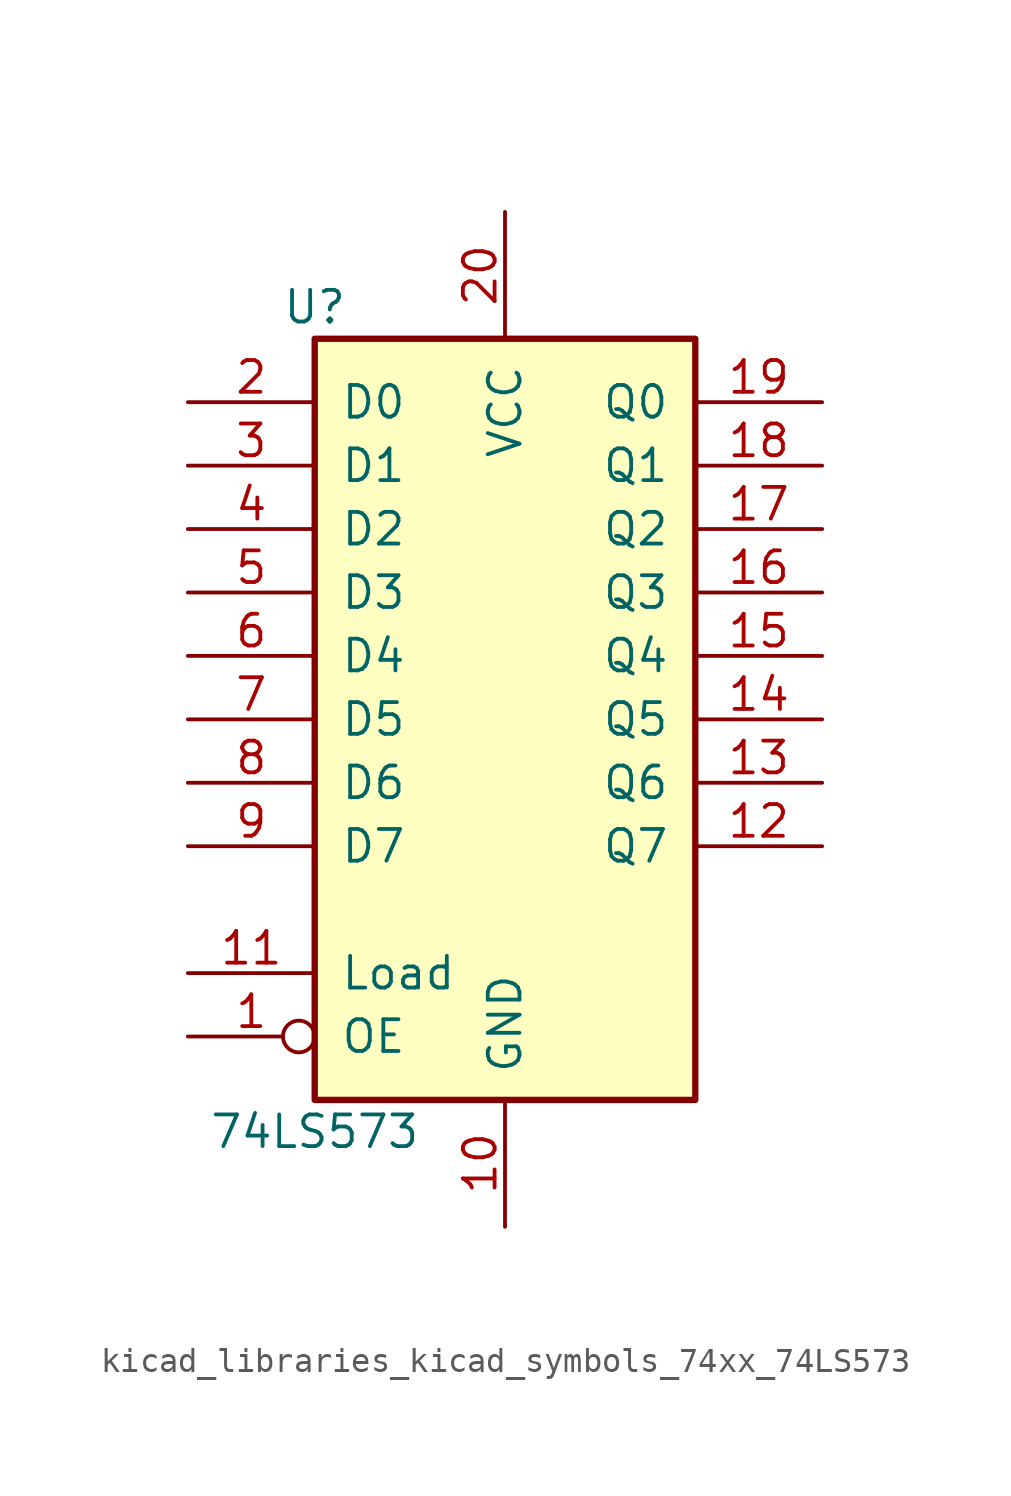
<source format=kicad_sym>
(kicad_symbol_lib
  (version 20220914)
  (generator kicad_symbol_editor)
  (symbol "kicad_libraries_kicad_symbols_74xx_74LS573"
    (pin_names
      (offset 1.016))
    (property "Reference" "U"
      (at -7.62 16.51 0)
      (effects (font (size 1.27 1.27))))
    (property "Value" "74LS573"
      (at -7.62 -16.51 0)
      (effects (font (size 1.27 1.27))))
    (property "ki_locked" ""
      (at 0 0 0)
      (effects (font (size 1.27 1.27))))
    (symbol "kicad_libraries_kicad_symbols_74xx_74LS573_1_0"
      (pin input inverted (at -12.7 -12.7 0) (length 5.08) (name "OE" (effects (font (size 1.27 1.27)))) (number "1" (effects (font (size 1.27 1.27)))))
      (pin power_in line (at 0 -20.32 90) (length 5.08) (name "GND" (effects (font (size 1.27 1.27)))) (number "10" (effects (font (size 1.27 1.27)))))
      (pin input line (at -12.7 -10.16 0) (length 5.08) (name "Load" (effects (font (size 1.27 1.27)))) (number "11" (effects (font (size 1.27 1.27)))))
      (pin tri_state line (at 12.7 -5.08 180) (length 5.08) (name "Q7" (effects (font (size 1.27 1.27)))) (number "12" (effects (font (size 1.27 1.27)))))
      (pin tri_state line (at 12.7 -2.54 180) (length 5.08) (name "Q6" (effects (font (size 1.27 1.27)))) (number "13" (effects (font (size 1.27 1.27)))))
      (pin tri_state line (at 12.7 0 180) (length 5.08) (name "Q5" (effects (font (size 1.27 1.27)))) (number "14" (effects (font (size 1.27 1.27)))))
      (pin tri_state line (at 12.7 2.54 180) (length 5.08) (name "Q4" (effects (font (size 1.27 1.27)))) (number "15" (effects (font (size 1.27 1.27)))))
      (pin tri_state line (at 12.7 5.08 180) (length 5.08) (name "Q3" (effects (font (size 1.27 1.27)))) (number "16" (effects (font (size 1.27 1.27)))))
      (pin tri_state line (at 12.7 7.62 180) (length 5.08) (name "Q2" (effects (font (size 1.27 1.27)))) (number "17" (effects (font (size 1.27 1.27)))))
      (pin tri_state line (at 12.7 10.16 180) (length 5.08) (name "Q1" (effects (font (size 1.27 1.27)))) (number "18" (effects (font (size 1.27 1.27)))))
      (pin tri_state line (at 12.7 12.7 180) (length 5.08) (name "Q0" (effects (font (size 1.27 1.27)))) (number "19" (effects (font (size 1.27 1.27)))))
      (pin input line (at -12.7 12.7 0) (length 5.08) (name "D0" (effects (font (size 1.27 1.27)))) (number "2" (effects (font (size 1.27 1.27)))))
      (pin power_in line (at 0 20.32 270) (length 5.08) (name "VCC" (effects (font (size 1.27 1.27)))) (number "20" (effects (font (size 1.27 1.27)))))
      (pin input line (at -12.7 10.16 0) (length 5.08) (name "D1" (effects (font (size 1.27 1.27)))) (number "3" (effects (font (size 1.27 1.27)))))
      (pin input line (at -12.7 7.62 0) (length 5.08) (name "D2" (effects (font (size 1.27 1.27)))) (number "4" (effects (font (size 1.27 1.27)))))
      (pin input line (at -12.7 5.08 0) (length 5.08) (name "D3" (effects (font (size 1.27 1.27)))) (number "5" (effects (font (size 1.27 1.27)))))
      (pin input line (at -12.7 2.54 0) (length 5.08) (name "D4" (effects (font (size 1.27 1.27)))) (number "6" (effects (font (size 1.27 1.27)))))
      (pin input line (at -12.7 0 0) (length 5.08) (name "D5" (effects (font (size 1.27 1.27)))) (number "7" (effects (font (size 1.27 1.27)))))
      (pin input line (at -12.7 -2.54 0) (length 5.08) (name "D6" (effects (font (size 1.27 1.27)))) (number "8" (effects (font (size 1.27 1.27)))))
      (pin input line (at -12.7 -5.08 0) (length 5.08) (name "D7" (effects (font (size 1.27 1.27)))) (number "9" (effects (font (size 1.27 1.27))))))
    (symbol "kicad_libraries_kicad_symbols_74xx_74LS573_1_1"
      (rectangle (start -7.62 15.24) (end 7.62 -15.24) (stroke (width 0.254) (type default)) (fill (type background))))))
</source>
